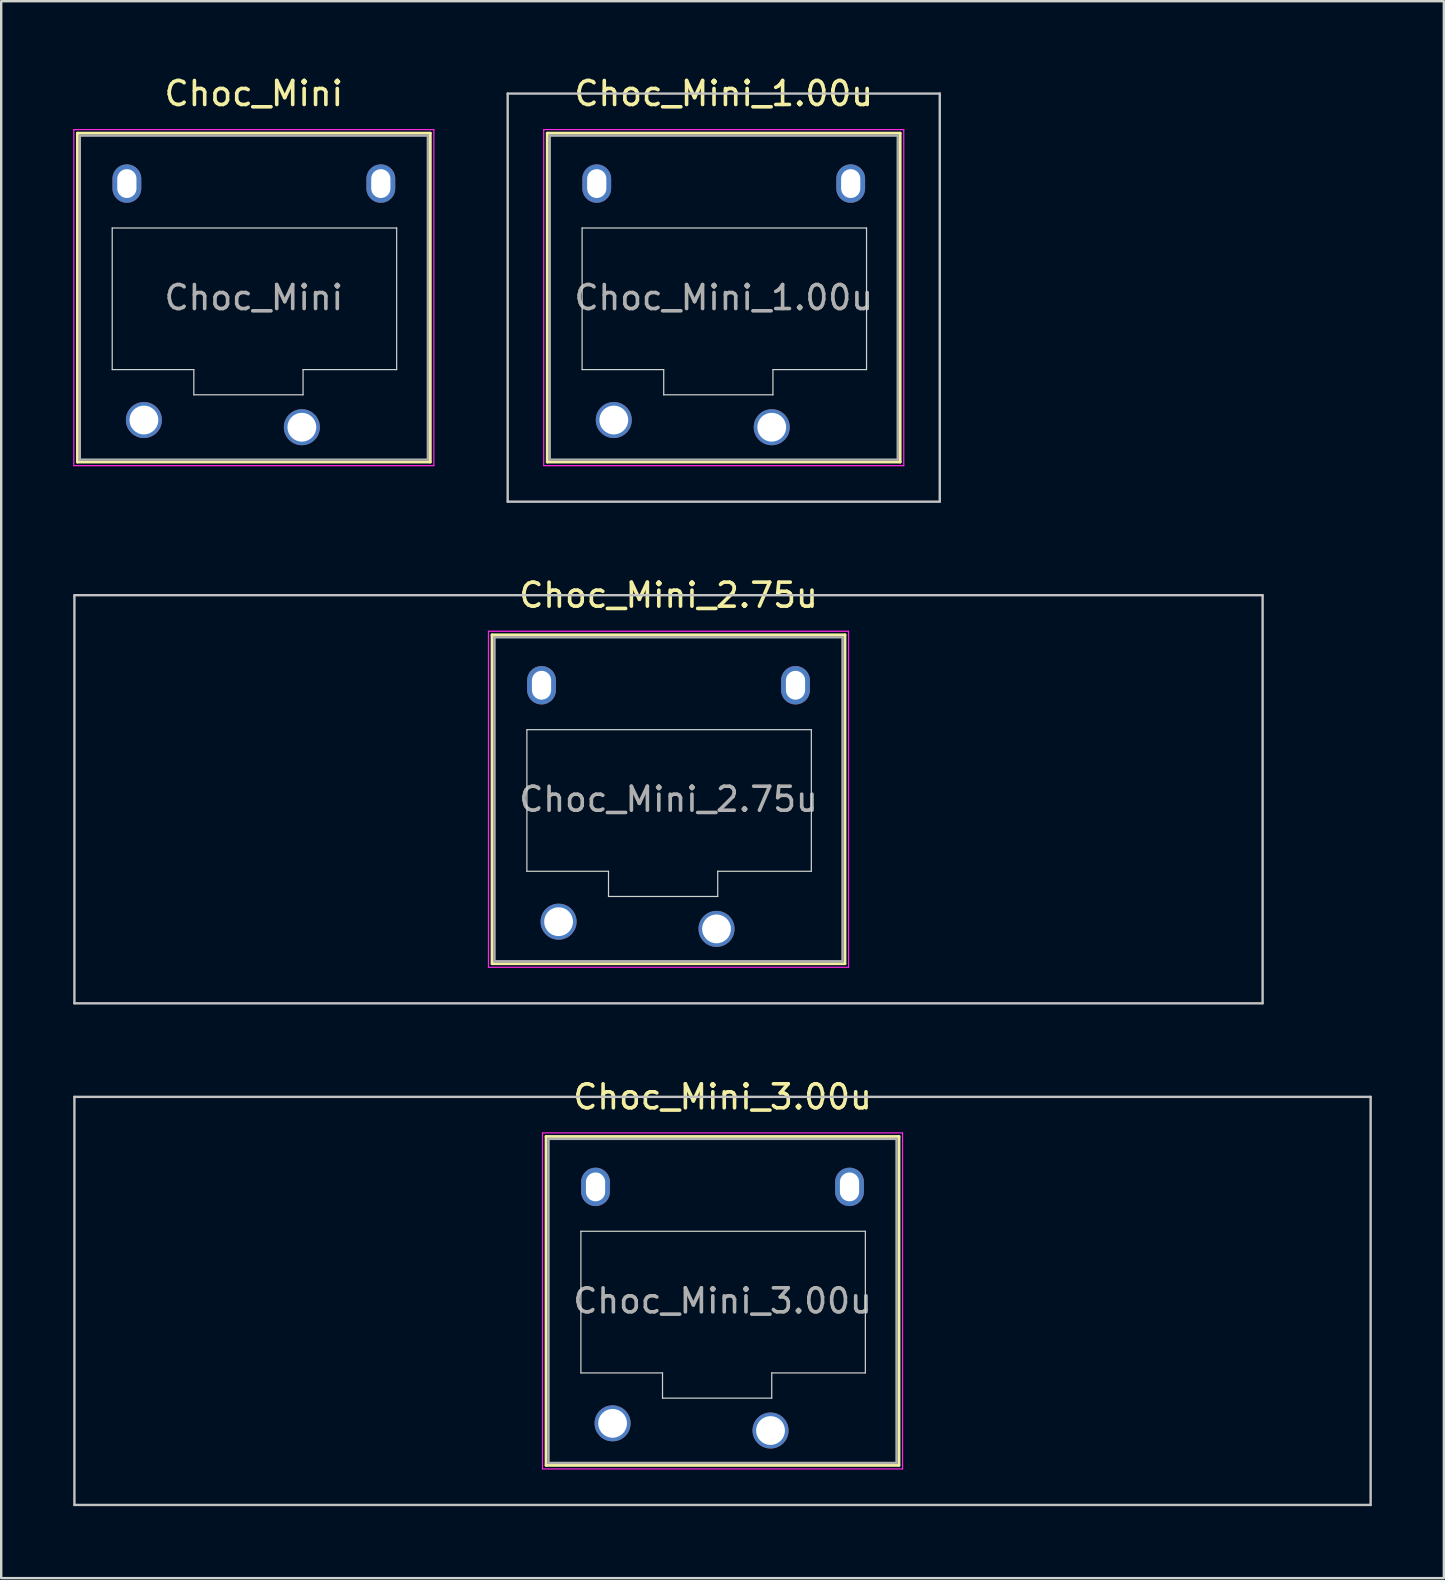
<source format=kicad_pcb>
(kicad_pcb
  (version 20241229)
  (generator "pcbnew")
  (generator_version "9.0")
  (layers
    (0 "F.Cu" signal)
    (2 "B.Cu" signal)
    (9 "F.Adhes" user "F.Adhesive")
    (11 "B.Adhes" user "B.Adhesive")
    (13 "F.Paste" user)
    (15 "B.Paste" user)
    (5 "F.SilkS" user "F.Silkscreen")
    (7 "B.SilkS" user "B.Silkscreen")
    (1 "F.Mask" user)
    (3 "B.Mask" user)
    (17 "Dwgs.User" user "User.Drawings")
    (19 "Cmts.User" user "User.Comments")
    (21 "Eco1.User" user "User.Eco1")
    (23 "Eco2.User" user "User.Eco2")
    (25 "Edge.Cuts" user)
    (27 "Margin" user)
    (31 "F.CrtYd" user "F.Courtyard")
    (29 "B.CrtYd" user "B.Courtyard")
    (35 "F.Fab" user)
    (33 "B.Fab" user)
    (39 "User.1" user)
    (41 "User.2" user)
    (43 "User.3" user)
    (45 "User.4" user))
  (footprint "Choc_Mini_1.00u"
    (layer "F.Cu")
    (at 27.1 9.348)
    (property "Reference" "Choc_Mini_1.00u" (at 0 -8.5 0) (layer "F.SilkS") (effects (font (size 1 1) (thickness 0.15))))
    (attr through_hole)
    (fp_line (start -7.35 -6.85) (end -7.35 6.85) (stroke (width 0.12) (type solid)) (layer "F.SilkS"))
    (fp_line (start -7.35 6.85) (end 7.35 6.85) (stroke (width 0.12) (type solid)) (layer "F.SilkS"))
    (fp_line (start 7.35 -6.85) (end -7.35 -6.85) (stroke (width 0.12) (type solid)) (layer "F.SilkS"))
    (fp_line (start 7.35 6.85) (end 7.35 -6.85) (stroke (width 0.12) (type solid)) (layer "F.SilkS"))
    (fp_line (start -9 -8.5) (end -9 8.5) (stroke (width 0.1) (type solid)) (layer "Dwgs.User"))
    (fp_line (start -9 8.5) (end 9 8.5) (stroke (width 0.1) (type solid)) (layer "Dwgs.User"))
    (fp_line (start 9 -8.5) (end -9 -8.5) (stroke (width 0.1) (type solid)) (layer "Dwgs.User"))
    (fp_line (start 9 8.5) (end 9 -8.5) (stroke (width 0.1) (type solid)) (layer "Dwgs.User"))
    (fp_line (start -6.85 -6.35) (end -6.85 6.35) (stroke (width 0.1) (type solid)) (layer "Eco1.User"))
    (fp_line (start -6.85 6.35) (end 6.85 6.35) (stroke (width 0.1) (type solid)) (layer "Eco1.User"))
    (fp_line (start 6.85 -6.35) (end -6.85 -6.35) (stroke (width 0.1) (type solid)) (layer "Eco1.User"))
    (fp_line (start 6.85 6.35) (end 6.85 -6.35) (stroke (width 0.1) (type solid)) (layer "Eco1.User"))
    (fp_line (start -5.9 -2.9) (end -5.9 3) (stroke (width 0.05) (type solid)) (layer "Edge.Cuts"))
    (fp_line (start -5.9 3) (end -2.5 3) (stroke (width 0.05) (type solid)) (layer "Edge.Cuts"))
    (fp_line (start -2.5 3) (end -2.5 4.05) (stroke (width 0.05) (type solid)) (layer "Edge.Cuts"))
    (fp_line (start -2.5 4.05) (end 2.05 4.05) (stroke (width 0.05) (type solid)) (layer "Edge.Cuts"))
    (fp_line (start 2.05 3) (end 5.95 3) (stroke (width 0.05) (type solid)) (layer "Edge.Cuts"))
    (fp_line (start 2.05 4.05) (end 2.05 3) (stroke (width 0.05) (type solid)) (layer "Edge.Cuts"))
    (fp_line (start 5.95 -2.9) (end -5.9 -2.9) (stroke (width 0.05) (type solid)) (layer "Edge.Cuts"))
    (fp_line (start 5.95 3) (end 5.95 -2.9) (stroke (width 0.05) (type solid)) (layer "Edge.Cuts"))
    (fp_line (start -7.5 -7) (end -7.5 7) (stroke (width 0.05) (type solid)) (layer "F.CrtYd"))
    (fp_line (start -7.5 7) (end 7.5 7) (stroke (width 0.05) (type solid)) (layer "F.CrtYd"))
    (fp_line (start 7.5 -7) (end -7.5 -7) (stroke (width 0.05) (type solid)) (layer "F.CrtYd"))
    (fp_line (start 7.5 7) (end 7.5 -7) (stroke (width 0.05) (type solid)) (layer "F.CrtYd"))
    (fp_line (start -7.25 -6.75) (end -7.25 6.75) (stroke (width 0.1) (type solid)) (layer "F.Fab"))
    (fp_line (start -7.25 6.75) (end 7.25 6.75) (stroke (width 0.1) (type solid)) (layer "F.Fab"))
    (fp_line (start 7.25 -6.75) (end -7.25 -6.75) (stroke (width 0.1) (type solid)) (layer "F.Fab"))
    (fp_line (start 7.25 6.75) (end 7.25 -6.75) (stroke (width 0.1) (type solid)) (layer "F.Fab"))
    (fp_text user "${REFERENCE}" (at 0 0 0) (layer "F.Fab") (effects (font (size 1 1) (thickness 0.15))))
    (pad "" np_thru_hole oval (at -5.29 -4.75) (size 1.2 1.6) (drill oval 0.8 1.2) (layers "*.Cu" "*.Mask"))
    (pad "" np_thru_hole oval (at 5.29 -4.75) (size 1.2 1.6) (drill oval 0.8 1.2) (layers "*.Cu" "*.Mask"))
    (pad "1" thru_hole circle (at 2 5.4) (size 1.5 1.5) (drill 1.2) (layers "*.Cu" "*.Mask"))
    (pad "2" thru_hole circle (at -4.58 5.1) (size 1.5 1.5) (drill 1.2) (layers "*.Cu" "*.Mask")))
  (footprint "Choc_Mini"
    (layer "F.Cu")
    (at 7.525 9.348)
    (property "Reference" "Choc_Mini" (at 0 -8.5 0) (layer "F.SilkS") (effects (font (size 1 1) (thickness 0.15))))
    (attr through_hole)
    (fp_line (start -7.35 -6.85) (end -7.35 6.85) (stroke (width 0.12) (type solid)) (layer "F.SilkS"))
    (fp_line (start -7.35 6.85) (end 7.35 6.85) (stroke (width 0.12) (type solid)) (layer "F.SilkS"))
    (fp_line (start 7.35 -6.85) (end -7.35 -6.85) (stroke (width 0.12) (type solid)) (layer "F.SilkS"))
    (fp_line (start 7.35 6.85) (end 7.35 -6.85) (stroke (width 0.12) (type solid)) (layer "F.SilkS"))
    (fp_line (start -6.85 -6.35) (end -6.85 6.35) (stroke (width 0.1) (type solid)) (layer "Eco1.User"))
    (fp_line (start -6.85 6.35) (end 6.85 6.35) (stroke (width 0.1) (type solid)) (layer "Eco1.User"))
    (fp_line (start 6.85 -6.35) (end -6.85 -6.35) (stroke (width 0.1) (type solid)) (layer "Eco1.User"))
    (fp_line (start 6.85 6.35) (end 6.85 -6.35) (stroke (width 0.1) (type solid)) (layer "Eco1.User"))
    (fp_line (start -5.9 -2.9) (end -5.9 3) (stroke (width 0.05) (type solid)) (layer "Edge.Cuts"))
    (fp_line (start -5.9 3) (end -2.5 3) (stroke (width 0.05) (type solid)) (layer "Edge.Cuts"))
    (fp_line (start -2.5 3) (end -2.5 4.05) (stroke (width 0.05) (type solid)) (layer "Edge.Cuts"))
    (fp_line (start -2.5 4.05) (end 2.05 4.05) (stroke (width 0.05) (type solid)) (layer "Edge.Cuts"))
    (fp_line (start 2.05 3) (end 5.95 3) (stroke (width 0.05) (type solid)) (layer "Edge.Cuts"))
    (fp_line (start 2.05 4.05) (end 2.05 3) (stroke (width 0.05) (type solid)) (layer "Edge.Cuts"))
    (fp_line (start 5.95 -2.9) (end -5.9 -2.9) (stroke (width 0.05) (type solid)) (layer "Edge.Cuts"))
    (fp_line (start 5.95 3) (end 5.95 -2.9) (stroke (width 0.05) (type solid)) (layer "Edge.Cuts"))
    (fp_line (start -7.5 -7) (end -7.5 7) (stroke (width 0.05) (type solid)) (layer "F.CrtYd"))
    (fp_line (start -7.5 7) (end 7.5 7) (stroke (width 0.05) (type solid)) (layer "F.CrtYd"))
    (fp_line (start 7.5 -7) (end -7.5 -7) (stroke (width 0.05) (type solid)) (layer "F.CrtYd"))
    (fp_line (start 7.5 7) (end 7.5 -7) (stroke (width 0.05) (type solid)) (layer "F.CrtYd"))
    (fp_line (start -7.25 -6.75) (end -7.25 6.75) (stroke (width 0.1) (type solid)) (layer "F.Fab"))
    (fp_line (start -7.25 6.75) (end 7.25 6.75) (stroke (width 0.1) (type solid)) (layer "F.Fab"))
    (fp_line (start 7.25 -6.75) (end -7.25 -6.75) (stroke (width 0.1) (type solid)) (layer "F.Fab"))
    (fp_line (start 7.25 6.75) (end 7.25 -6.75) (stroke (width 0.1) (type solid)) (layer "F.Fab"))
    (fp_text user "${REFERENCE}" (at 0 0 0) (layer "F.Fab") (effects (font (size 1 1) (thickness 0.15))))
    (pad "" np_thru_hole oval (at -5.29 -4.75) (size 1.2 1.6) (drill oval 0.8 1.2) (layers "*.Cu" "*.Mask"))
    (pad "" np_thru_hole oval (at 5.29 -4.75) (size 1.2 1.6) (drill oval 0.8 1.2) (layers "*.Cu" "*.Mask"))
    (pad "1" thru_hole circle (at 2 5.4) (size 1.5 1.5) (drill 1.2) (layers "*.Cu" "*.Mask"))
    (pad "2" thru_hole circle (at -4.58 5.1) (size 1.5 1.5) (drill 1.2) (layers "*.Cu" "*.Mask")))
  (footprint "Choc_Mini_2.75u"
    (layer "F.Cu")
    (at 24.8 30.247)
    (property "Reference" "Choc_Mini_2.75u" (at 0 -8.5 0) (layer "F.SilkS") (effects (font (size 1 1) (thickness 0.15))))
    (attr through_hole)
    (fp_line (start -7.35 -6.85) (end -7.35 6.85) (stroke (width 0.12) (type solid)) (layer "F.SilkS"))
    (fp_line (start -7.35 6.85) (end 7.35 6.85) (stroke (width 0.12) (type solid)) (layer "F.SilkS"))
    (fp_line (start 7.35 -6.85) (end -7.35 -6.85) (stroke (width 0.12) (type solid)) (layer "F.SilkS"))
    (fp_line (start 7.35 6.85) (end 7.35 -6.85) (stroke (width 0.12) (type solid)) (layer "F.SilkS"))
    (fp_line (start -24.75 -8.5) (end -24.75 8.5) (stroke (width 0.1) (type solid)) (layer "Dwgs.User"))
    (fp_line (start -24.75 8.5) (end 24.75 8.5) (stroke (width 0.1) (type solid)) (layer "Dwgs.User"))
    (fp_line (start 24.75 -8.5) (end -24.75 -8.5) (stroke (width 0.1) (type solid)) (layer "Dwgs.User"))
    (fp_line (start 24.75 8.5) (end 24.75 -8.5) (stroke (width 0.1) (type solid)) (layer "Dwgs.User"))
    (fp_line (start -6.85 -6.35) (end -6.85 6.35) (stroke (width 0.1) (type solid)) (layer "Eco1.User"))
    (fp_line (start -6.85 6.35) (end 6.85 6.35) (stroke (width 0.1) (type solid)) (layer "Eco1.User"))
    (fp_line (start 6.85 -6.35) (end -6.85 -6.35) (stroke (width 0.1) (type solid)) (layer "Eco1.User"))
    (fp_line (start 6.85 6.35) (end 6.85 -6.35) (stroke (width 0.1) (type solid)) (layer "Eco1.User"))
    (fp_line (start -5.9 -2.9) (end -5.9 3) (stroke (width 0.05) (type solid)) (layer "Edge.Cuts"))
    (fp_line (start -5.9 3) (end -2.5 3) (stroke (width 0.05) (type solid)) (layer "Edge.Cuts"))
    (fp_line (start -2.5 3) (end -2.5 4.05) (stroke (width 0.05) (type solid)) (layer "Edge.Cuts"))
    (fp_line (start -2.5 4.05) (end 2.05 4.05) (stroke (width 0.05) (type solid)) (layer "Edge.Cuts"))
    (fp_line (start 2.05 3) (end 5.95 3) (stroke (width 0.05) (type solid)) (layer "Edge.Cuts"))
    (fp_line (start 2.05 4.05) (end 2.05 3) (stroke (width 0.05) (type solid)) (layer "Edge.Cuts"))
    (fp_line (start 5.95 -2.9) (end -5.9 -2.9) (stroke (width 0.05) (type solid)) (layer "Edge.Cuts"))
    (fp_line (start 5.95 3) (end 5.95 -2.9) (stroke (width 0.05) (type solid)) (layer "Edge.Cuts"))
    (fp_line (start -7.5 -7) (end -7.5 7) (stroke (width 0.05) (type solid)) (layer "F.CrtYd"))
    (fp_line (start -7.5 7) (end 7.5 7) (stroke (width 0.05) (type solid)) (layer "F.CrtYd"))
    (fp_line (start 7.5 -7) (end -7.5 -7) (stroke (width 0.05) (type solid)) (layer "F.CrtYd"))
    (fp_line (start 7.5 7) (end 7.5 -7) (stroke (width 0.05) (type solid)) (layer "F.CrtYd"))
    (fp_line (start -7.25 -6.75) (end -7.25 6.75) (stroke (width 0.1) (type solid)) (layer "F.Fab"))
    (fp_line (start -7.25 6.75) (end 7.25 6.75) (stroke (width 0.1) (type solid)) (layer "F.Fab"))
    (fp_line (start 7.25 -6.75) (end -7.25 -6.75) (stroke (width 0.1) (type solid)) (layer "F.Fab"))
    (fp_line (start 7.25 6.75) (end 7.25 -6.75) (stroke (width 0.1) (type solid)) (layer "F.Fab"))
    (fp_text user "${REFERENCE}" (at 0 0 0) (layer "F.Fab") (effects (font (size 1 1) (thickness 0.15))))
    (pad "" np_thru_hole oval (at -5.29 -4.75) (size 1.2 1.6) (drill oval 0.8 1.2) (layers "*.Cu" "*.Mask"))
    (pad "" np_thru_hole oval (at 5.29 -4.75) (size 1.2 1.6) (drill oval 0.8 1.2) (layers "*.Cu" "*.Mask"))
    (pad "1" thru_hole circle (at 2 5.4) (size 1.5 1.5) (drill 1.2) (layers "*.Cu" "*.Mask"))
    (pad "2" thru_hole circle (at -4.58 5.1) (size 1.5 1.5) (drill 1.2) (layers "*.Cu" "*.Mask")))
  (footprint "Choc_Mini_3.00u"
    (layer "F.Cu")
    (at 27.05 51.145)
    (property "Reference" "Choc_Mini_3.00u" (at 0 -8.5 0) (layer "F.SilkS") (effects (font (size 1 1) (thickness 0.15))))
    (attr through_hole)
    (fp_line (start -7.35 -6.85) (end -7.35 6.85) (stroke (width 0.12) (type solid)) (layer "F.SilkS"))
    (fp_line (start -7.35 6.85) (end 7.35 6.85) (stroke (width 0.12) (type solid)) (layer "F.SilkS"))
    (fp_line (start 7.35 -6.85) (end -7.35 -6.85) (stroke (width 0.12) (type solid)) (layer "F.SilkS"))
    (fp_line (start 7.35 6.85) (end 7.35 -6.85) (stroke (width 0.12) (type solid)) (layer "F.SilkS"))
    (fp_line (start -27 -8.5) (end -27 8.5) (stroke (width 0.1) (type solid)) (layer "Dwgs.User"))
    (fp_line (start -27 8.5) (end 27 8.5) (stroke (width 0.1) (type solid)) (layer "Dwgs.User"))
    (fp_line (start 27 -8.5) (end -27 -8.5) (stroke (width 0.1) (type solid)) (layer "Dwgs.User"))
    (fp_line (start 27 8.5) (end 27 -8.5) (stroke (width 0.1) (type solid)) (layer "Dwgs.User"))
    (fp_line (start -6.85 -6.35) (end -6.85 6.35) (stroke (width 0.1) (type solid)) (layer "Eco1.User"))
    (fp_line (start -6.85 6.35) (end 6.85 6.35) (stroke (width 0.1) (type solid)) (layer "Eco1.User"))
    (fp_line (start 6.85 -6.35) (end -6.85 -6.35) (stroke (width 0.1) (type solid)) (layer "Eco1.User"))
    (fp_line (start 6.85 6.35) (end 6.85 -6.35) (stroke (width 0.1) (type solid)) (layer "Eco1.User"))
    (fp_line (start -5.9 -2.9) (end -5.9 3) (stroke (width 0.05) (type solid)) (layer "Edge.Cuts"))
    (fp_line (start -5.9 3) (end -2.5 3) (stroke (width 0.05) (type solid)) (layer "Edge.Cuts"))
    (fp_line (start -2.5 3) (end -2.5 4.05) (stroke (width 0.05) (type solid)) (layer "Edge.Cuts"))
    (fp_line (start -2.5 4.05) (end 2.05 4.05) (stroke (width 0.05) (type solid)) (layer "Edge.Cuts"))
    (fp_line (start 2.05 3) (end 5.95 3) (stroke (width 0.05) (type solid)) (layer "Edge.Cuts"))
    (fp_line (start 2.05 4.05) (end 2.05 3) (stroke (width 0.05) (type solid)) (layer "Edge.Cuts"))
    (fp_line (start 5.95 -2.9) (end -5.9 -2.9) (stroke (width 0.05) (type solid)) (layer "Edge.Cuts"))
    (fp_line (start 5.95 3) (end 5.95 -2.9) (stroke (width 0.05) (type solid)) (layer "Edge.Cuts"))
    (fp_line (start -7.5 -7) (end -7.5 7) (stroke (width 0.05) (type solid)) (layer "F.CrtYd"))
    (fp_line (start -7.5 7) (end 7.5 7) (stroke (width 0.05) (type solid)) (layer "F.CrtYd"))
    (fp_line (start 7.5 -7) (end -7.5 -7) (stroke (width 0.05) (type solid)) (layer "F.CrtYd"))
    (fp_line (start 7.5 7) (end 7.5 -7) (stroke (width 0.05) (type solid)) (layer "F.CrtYd"))
    (fp_line (start -7.25 -6.75) (end -7.25 6.75) (stroke (width 0.1) (type solid)) (layer "F.Fab"))
    (fp_line (start -7.25 6.75) (end 7.25 6.75) (stroke (width 0.1) (type solid)) (layer "F.Fab"))
    (fp_line (start 7.25 -6.75) (end -7.25 -6.75) (stroke (width 0.1) (type solid)) (layer "F.Fab"))
    (fp_line (start 7.25 6.75) (end 7.25 -6.75) (stroke (width 0.1) (type solid)) (layer "F.Fab"))
    (fp_text user "${REFERENCE}" (at 0 0 0) (layer "F.Fab") (effects (font (size 1 1) (thickness 0.15))))
    (pad "" np_thru_hole oval (at -5.29 -4.75) (size 1.2 1.6) (drill oval 0.8 1.2) (layers "*.Cu" "*.Mask"))
    (pad "" np_thru_hole oval (at 5.29 -4.75) (size 1.2 1.6) (drill oval 0.8 1.2) (layers "*.Cu" "*.Mask"))
    (pad "1" thru_hole circle (at 2 5.4) (size 1.5 1.5) (drill 1.2) (layers "*.Cu" "*.Mask"))
    (pad "2" thru_hole circle (at -4.58 5.1) (size 1.5 1.5) (drill 1.2) (layers "*.Cu" "*.Mask")))
  (gr_rect
    (start -3 -3)
    (end 57.1 62.695)
    (stroke (width 0.1) (type default))
    (fill no)
    (layer "Edge.Cuts")))
</source>
